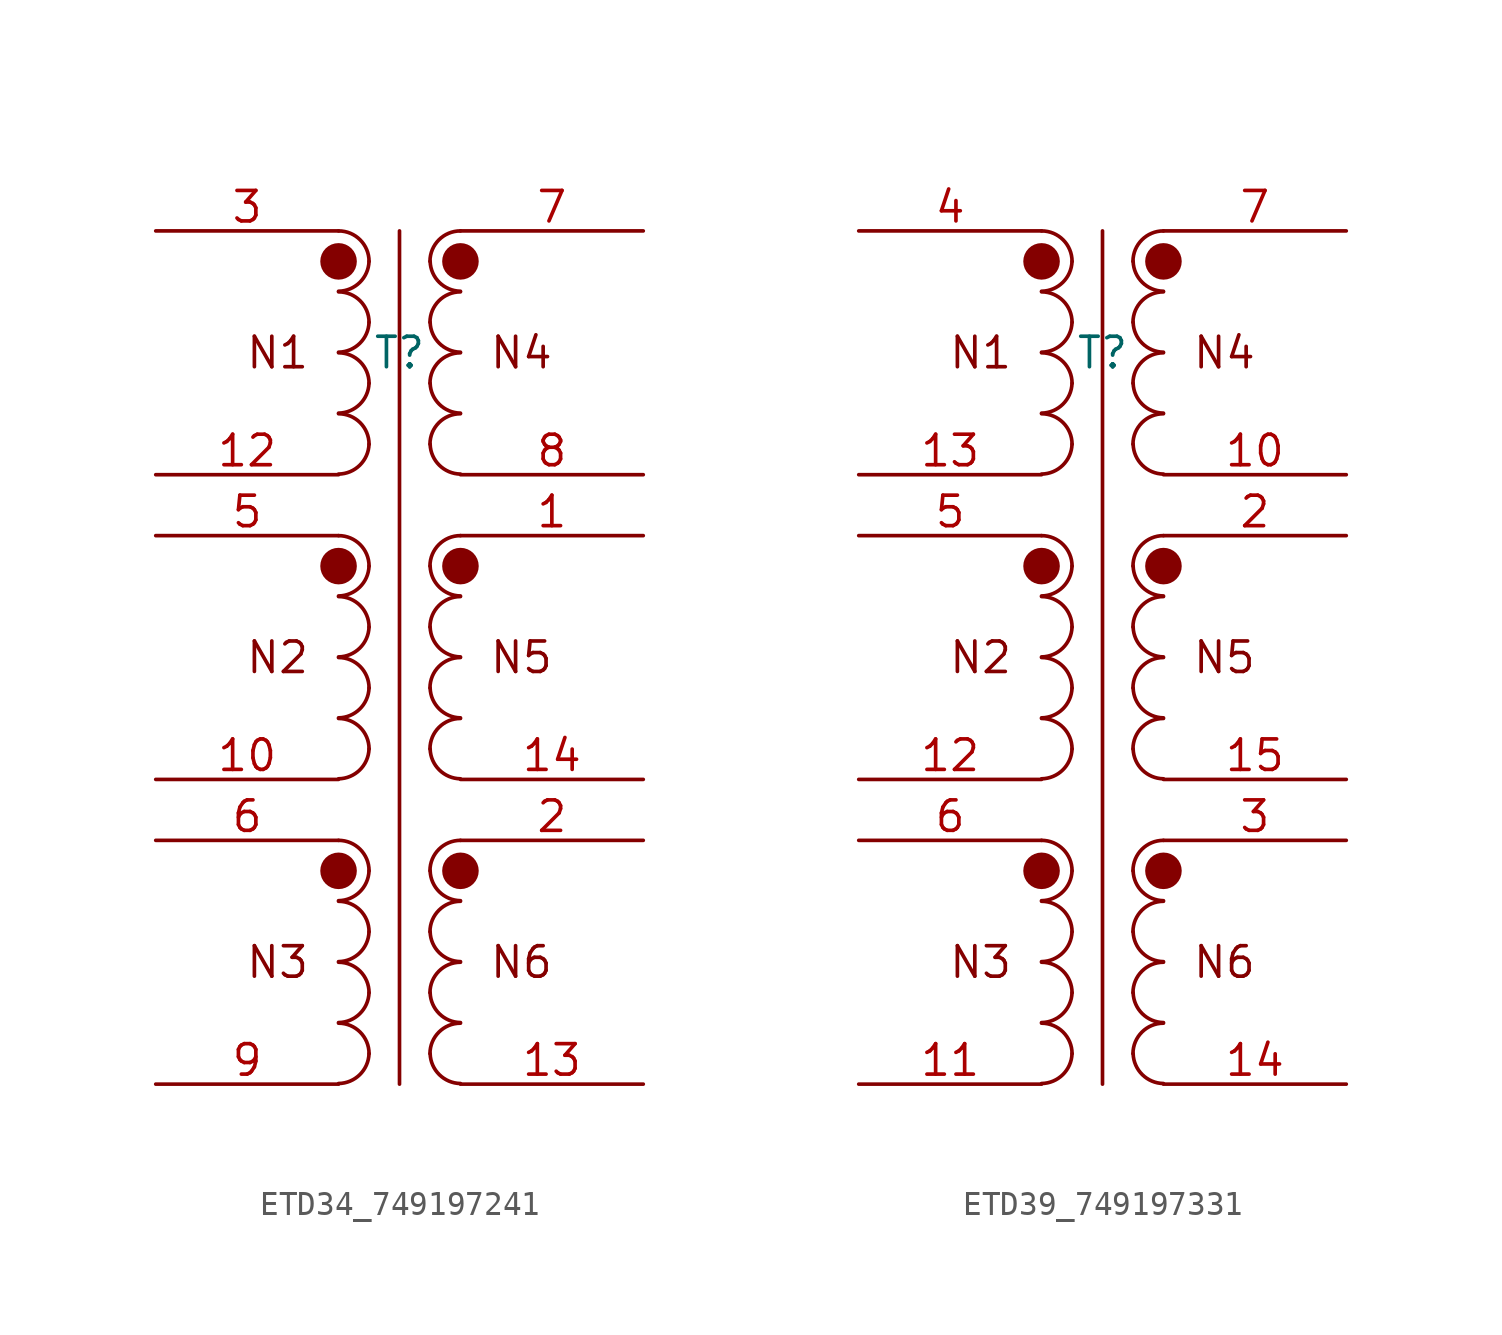
<source format=kicad_sym>
(kicad_symbol_lib
  (version 20220914)
  (generator kicad_symbol_editor)
  (symbol "ETD34_749197241"
    (pin_names hide)
    (property "Reference" "T"
      (at 0 12.7 0)
      (effects (font (size 1.27 1.27))))
    (property "Critical Parameter" ""
      (at 0 -5.08 0)
      (effects (font (size 1.27 1.27)) (justify left)))
    (symbol "ETD34_749197241_0_1"
      (arc (start -2.54 -17.7546) (mid -1.6561 -17.3863) (end -1.27 -16.51) (stroke (width 0) (type default)) (fill (type none)))
      (arc (start -2.54 -15.2146) (mid -1.6561 -14.8463) (end -1.27 -13.97) (stroke (width 0) (type default)) (fill (type none)))
      (arc (start -2.54 -12.6746) (mid -1.6561 -12.3063) (end -1.27 -11.43) (stroke (width 0) (type default)) (fill (type none)))
      (arc (start -2.54 -10.1346) (mid -1.6561 -9.7663) (end -1.27 -8.89) (stroke (width 0) (type default)) (fill (type none)))
      (arc (start -2.54 -5.0546) (mid -1.6561 -4.6863) (end -1.27 -3.81) (stroke (width 0) (type default)) (fill (type none)))
      (arc (start -2.54 -2.5146) (mid -1.6561 -2.1463) (end -1.27 -1.27) (stroke (width 0) (type default)) (fill (type none)))
      (arc (start -2.54 0.0254) (mid -1.6561 0.3937) (end -1.27 1.27) (stroke (width 0) (type default)) (fill (type none)))
      (arc (start -2.54 2.5654) (mid -1.6561 2.9337) (end -1.27 3.81) (stroke (width 0) (type default)) (fill (type none)))
      (arc (start -2.54 7.6454) (mid -1.6561 8.0137) (end -1.27 8.89) (stroke (width 0) (type default)) (fill (type none)))
      (arc (start -2.54 10.1854) (mid -1.6561 10.5537) (end -1.27 11.43) (stroke (width 0) (type default)) (fill (type none)))
      (arc (start -2.54 12.7254) (mid -1.6561 13.0937) (end -1.27 13.97) (stroke (width 0) (type default)) (fill (type none)))
      (arc (start -2.54 15.2654) (mid -1.6561 15.6337) (end -1.27 16.51) (stroke (width 0) (type default)) (fill (type none)))
      (arc (start -1.27 -16.51) (mid -1.642 -15.612) (end -2.54 -15.24) (stroke (width 0) (type default)) (fill (type none)))
      (arc (start -1.27 -13.97) (mid -1.642 -13.072) (end -2.54 -12.7) (stroke (width 0) (type default)) (fill (type none)))
      (arc (start -1.27 -11.43) (mid -1.642 -10.532) (end -2.54 -10.16) (stroke (width 0) (type default)) (fill (type none)))
      (arc (start -1.27 -8.89) (mid -1.642 -7.992) (end -2.54 -7.62) (stroke (width 0) (type default)) (fill (type none)))
      (arc (start -1.27 -3.81) (mid -1.642 -2.912) (end -2.54 -2.54) (stroke (width 0) (type default)) (fill (type none)))
      (arc (start -1.27 -1.27) (mid -1.642 -0.372) (end -2.54 0) (stroke (width 0) (type default)) (fill (type none)))
      (arc (start -1.27 1.27) (mid -1.642 2.168) (end -2.54 2.54) (stroke (width 0) (type default)) (fill (type none)))
      (arc (start -1.27 3.81) (mid -1.642 4.708) (end -2.54 5.08) (stroke (width 0) (type default)) (fill (type none)))
      (arc (start -1.27 8.89) (mid -1.642 9.788) (end -2.54 10.16) (stroke (width 0) (type default)) (fill (type none)))
      (arc (start -1.27 11.43) (mid -1.642 12.328) (end -2.54 12.7) (stroke (width 0) (type default)) (fill (type none)))
      (arc (start -1.27 13.97) (mid -1.642 14.868) (end -2.54 15.24) (stroke (width 0) (type default)) (fill (type none)))
      (arc (start -1.27 16.51) (mid -1.642 17.408) (end -2.54 17.78) (stroke (width 0) (type default)) (fill (type none)))
      (polyline (pts (xy 0 -17.78) (xy 0 17.78)) (stroke (width 0) (type default)) (fill (type none)))
      (arc (start 1.27 -16.51) (mid 1.6561 -17.3863) (end 2.54 -17.7546) (stroke (width 0) (type default)) (fill (type none)))
      (arc (start 1.27 -13.97) (mid 1.6561 -14.8463) (end 2.54 -15.2146) (stroke (width 0) (type default)) (fill (type none)))
      (arc (start 1.27 -11.43) (mid 1.6561 -12.3063) (end 2.54 -12.6746) (stroke (width 0) (type default)) (fill (type none)))
      (arc (start 1.27 -8.89) (mid 1.6561 -9.7663) (end 2.54 -10.1346) (stroke (width 0) (type default)) (fill (type none)))
      (arc (start 1.27 -3.81) (mid 1.6561 -4.6863) (end 2.54 -5.0546) (stroke (width 0) (type default)) (fill (type none)))
      (arc (start 1.27 -1.27) (mid 1.6561 -2.1463) (end 2.54 -2.5146) (stroke (width 0) (type default)) (fill (type none)))
      (arc (start 1.27 1.27) (mid 1.6561 0.3937) (end 2.54 0.0254) (stroke (width 0) (type default)) (fill (type none)))
      (arc (start 1.27 3.81) (mid 1.6561 2.9337) (end 2.54 2.5654) (stroke (width 0) (type default)) (fill (type none)))
      (arc (start 1.27 8.89) (mid 1.6561 8.0137) (end 2.54 7.6454) (stroke (width 0) (type default)) (fill (type none)))
      (arc (start 1.27 11.43) (mid 1.6561 10.5537) (end 2.54 10.1854) (stroke (width 0) (type default)) (fill (type none)))
      (arc (start 1.27 13.97) (mid 1.6561 13.0937) (end 2.54 12.7254) (stroke (width 0) (type default)) (fill (type none)))
      (arc (start 1.27 16.51) (mid 1.6561 15.6337) (end 2.54 15.2654) (stroke (width 0) (type default)) (fill (type none)))
      (arc (start 2.54 -15.24) (mid 1.642 -15.612) (end 1.27 -16.51) (stroke (width 0) (type default)) (fill (type none)))
      (arc (start 2.54 -12.7) (mid 1.642 -13.072) (end 1.27 -13.97) (stroke (width 0) (type default)) (fill (type none)))
      (arc (start 2.54 -10.16) (mid 1.642 -10.532) (end 1.27 -11.43) (stroke (width 0) (type default)) (fill (type none)))
      (arc (start 2.54 -7.62) (mid 1.642 -7.992) (end 1.27 -8.89) (stroke (width 0) (type default)) (fill (type none)))
      (arc (start 2.54 -2.54) (mid 1.642 -2.912) (end 1.27 -3.81) (stroke (width 0) (type default)) (fill (type none)))
      (arc (start 2.54 0) (mid 1.642 -0.372) (end 1.27 -1.27) (stroke (width 0) (type default)) (fill (type none)))
      (arc (start 2.54 2.54) (mid 1.642 2.168) (end 1.27 1.27) (stroke (width 0) (type default)) (fill (type none)))
      (arc (start 2.54 5.08) (mid 1.642 4.708) (end 1.27 3.81) (stroke (width 0) (type default)) (fill (type none)))
      (arc (start 2.54 10.16) (mid 1.642 9.788) (end 1.27 8.89) (stroke (width 0) (type default)) (fill (type none)))
      (arc (start 2.54 12.7) (mid 1.642 12.328) (end 1.27 11.43) (stroke (width 0) (type default)) (fill (type none)))
      (arc (start 2.54 15.24) (mid 1.642 14.868) (end 1.27 13.97) (stroke (width 0) (type default)) (fill (type none)))
      (arc (start 2.54 17.78) (mid 1.642 17.408) (end 1.27 16.51) (stroke (width 0) (type default)) (fill (type none))))
    (symbol "ETD34_749197241_1_1"
      (circle (center -2.54 -8.89) (radius 0.0001) (stroke (width 0.762) (type default)) (fill (type none)))
      (circle (center -2.54 3.81) (radius 0.0001) (stroke (width 0.762) (type default)) (fill (type none)))
      (circle (center -2.54 16.51) (radius 0.0001) (stroke (width 0.762) (type default)) (fill (type none)))
      (circle (center 2.54 -8.89) (radius 0.0001) (stroke (width 0.762) (type default)) (fill (type none)))
      (circle (center 2.54 3.81) (radius 0.0001) (stroke (width 0.762) (type default)) (fill (type none)))
      (circle (center 2.54 16.51) (radius 0.0001) (stroke (width 0.762) (type default)) (fill (type none)))
      (text "N1" (at -5.08 12.7 0) (effects (font (size 1.27 1.27))))
      (text "N2" (at -5.08 0 0) (effects (font (size 1.27 1.27))))
      (text "N3" (at -5.08 -12.7 0) (effects (font (size 1.27 1.27))))
      (text "N4" (at 5.08 12.7 0) (effects (font (size 1.27 1.27))))
      (text "N5" (at 5.08 0 0) (effects (font (size 1.27 1.27))))
      (text "N6" (at 5.08 -12.7 0) (effects (font (size 1.27 1.27))))
      (pin passive line (at -10.16 17.78 0) (length 7.62) (name "3" (effects (font (size 1.27 1.27)))) (number "3" (effects (font (size 1.27 1.27)))))
      (pin passive line (at -10.16 7.62 0) (length 7.62) (name "12" (effects (font (size 1.27 1.27)))) (number "12" (effects (font (size 1.27 1.27)))))
      (pin passive line (at -10.16 5.08 0) (length 7.62) (name "5" (effects (font (size 1.27 1.27)))) (number "5" (effects (font (size 1.27 1.27)))))
      (pin passive line (at -10.16 -5.08 0) (length 7.62) (name "10" (effects (font (size 1.27 1.27)))) (number "10" (effects (font (size 1.27 1.27)))))
      (pin passive line (at -10.16 -7.62 0) (length 7.62) (name "6" (effects (font (size 1.27 1.27)))) (number "6" (effects (font (size 1.27 1.27)))))
      (pin passive line (at -10.16 -17.78 0) (length 7.62) (name "9" (effects (font (size 1.27 1.27)))) (number "9" (effects (font (size 1.27 1.27)))))
      (pin passive line (at 10.16 -17.78 180) (length 7.62) (name "13" (effects (font (size 1.27 1.27)))) (number "13" (effects (font (size 1.27 1.27)))))
      (pin passive line (at 10.16 -7.62 180) (length 7.62) (name "2" (effects (font (size 1.27 1.27)))) (number "2" (effects (font (size 1.27 1.27)))))
      (pin passive line (at 10.16 -5.08 180) (length 7.62) (name "14" (effects (font (size 1.27 1.27)))) (number "14" (effects (font (size 1.27 1.27)))))
      (pin passive line (at 10.16 5.08 180) (length 7.62) (name "1" (effects (font (size 1.27 1.27)))) (number "1" (effects (font (size 1.27 1.27)))))
      (pin passive line (at 10.16 7.62 180) (length 7.62) (name "8" (effects (font (size 1.27 1.27)))) (number "8" (effects (font (size 1.27 1.27)))))
      (pin passive line (at 10.16 17.78 180) (length 7.62) (name "7" (effects (font (size 1.27 1.27)))) (number "7" (effects (font (size 1.27 1.27)))))))
  (symbol "ETD39_749197331"
    (pin_names hide)
    (property "Reference" "T"
      (at 0 12.7 0)
      (effects (font (size 1.27 1.27))))
    (property "Critical Parameter" ""
      (at 0 -5.08 0)
      (effects (font (size 1.27 1.27)) (justify left)))
    (symbol "ETD39_749197331_0_1"
      (arc (start -2.54 -17.7546) (mid -1.6561 -17.3863) (end -1.27 -16.51) (stroke (width 0) (type default)) (fill (type none)))
      (arc (start -2.54 -15.2146) (mid -1.6561 -14.8463) (end -1.27 -13.97) (stroke (width 0) (type default)) (fill (type none)))
      (arc (start -2.54 -12.6746) (mid -1.6561 -12.3063) (end -1.27 -11.43) (stroke (width 0) (type default)) (fill (type none)))
      (arc (start -2.54 -10.1346) (mid -1.6561 -9.7663) (end -1.27 -8.89) (stroke (width 0) (type default)) (fill (type none)))
      (arc (start -2.54 -5.0546) (mid -1.6561 -4.6863) (end -1.27 -3.81) (stroke (width 0) (type default)) (fill (type none)))
      (arc (start -2.54 -2.5146) (mid -1.6561 -2.1463) (end -1.27 -1.27) (stroke (width 0) (type default)) (fill (type none)))
      (arc (start -2.54 0.0254) (mid -1.6561 0.3937) (end -1.27 1.27) (stroke (width 0) (type default)) (fill (type none)))
      (arc (start -2.54 2.5654) (mid -1.6561 2.9337) (end -1.27 3.81) (stroke (width 0) (type default)) (fill (type none)))
      (arc (start -2.54 7.6454) (mid -1.6561 8.0137) (end -1.27 8.89) (stroke (width 0) (type default)) (fill (type none)))
      (arc (start -2.54 10.1854) (mid -1.6561 10.5537) (end -1.27 11.43) (stroke (width 0) (type default)) (fill (type none)))
      (arc (start -2.54 12.7254) (mid -1.6561 13.0937) (end -1.27 13.97) (stroke (width 0) (type default)) (fill (type none)))
      (arc (start -2.54 15.2654) (mid -1.6561 15.6337) (end -1.27 16.51) (stroke (width 0) (type default)) (fill (type none)))
      (arc (start -1.27 -16.51) (mid -1.642 -15.612) (end -2.54 -15.24) (stroke (width 0) (type default)) (fill (type none)))
      (arc (start -1.27 -13.97) (mid -1.642 -13.072) (end -2.54 -12.7) (stroke (width 0) (type default)) (fill (type none)))
      (arc (start -1.27 -11.43) (mid -1.642 -10.532) (end -2.54 -10.16) (stroke (width 0) (type default)) (fill (type none)))
      (arc (start -1.27 -8.89) (mid -1.642 -7.992) (end -2.54 -7.62) (stroke (width 0) (type default)) (fill (type none)))
      (arc (start -1.27 -3.81) (mid -1.642 -2.912) (end -2.54 -2.54) (stroke (width 0) (type default)) (fill (type none)))
      (arc (start -1.27 -1.27) (mid -1.642 -0.372) (end -2.54 0) (stroke (width 0) (type default)) (fill (type none)))
      (arc (start -1.27 1.27) (mid -1.642 2.168) (end -2.54 2.54) (stroke (width 0) (type default)) (fill (type none)))
      (arc (start -1.27 3.81) (mid -1.642 4.708) (end -2.54 5.08) (stroke (width 0) (type default)) (fill (type none)))
      (arc (start -1.27 8.89) (mid -1.642 9.788) (end -2.54 10.16) (stroke (width 0) (type default)) (fill (type none)))
      (arc (start -1.27 11.43) (mid -1.642 12.328) (end -2.54 12.7) (stroke (width 0) (type default)) (fill (type none)))
      (arc (start -1.27 13.97) (mid -1.642 14.868) (end -2.54 15.24) (stroke (width 0) (type default)) (fill (type none)))
      (arc (start -1.27 16.51) (mid -1.642 17.408) (end -2.54 17.78) (stroke (width 0) (type default)) (fill (type none)))
      (polyline (pts (xy 0 -17.78) (xy 0 17.78)) (stroke (width 0) (type default)) (fill (type none)))
      (arc (start 1.27 -16.51) (mid 1.6561 -17.3863) (end 2.54 -17.7546) (stroke (width 0) (type default)) (fill (type none)))
      (arc (start 1.27 -13.97) (mid 1.6561 -14.8463) (end 2.54 -15.2146) (stroke (width 0) (type default)) (fill (type none)))
      (arc (start 1.27 -11.43) (mid 1.6561 -12.3063) (end 2.54 -12.6746) (stroke (width 0) (type default)) (fill (type none)))
      (arc (start 1.27 -8.89) (mid 1.6561 -9.7663) (end 2.54 -10.1346) (stroke (width 0) (type default)) (fill (type none)))
      (arc (start 1.27 -3.81) (mid 1.6561 -4.6863) (end 2.54 -5.0546) (stroke (width 0) (type default)) (fill (type none)))
      (arc (start 1.27 -1.27) (mid 1.6561 -2.1463) (end 2.54 -2.5146) (stroke (width 0) (type default)) (fill (type none)))
      (arc (start 1.27 1.27) (mid 1.6561 0.3937) (end 2.54 0.0254) (stroke (width 0) (type default)) (fill (type none)))
      (arc (start 1.27 3.81) (mid 1.6561 2.9337) (end 2.54 2.5654) (stroke (width 0) (type default)) (fill (type none)))
      (arc (start 1.27 8.89) (mid 1.6561 8.0137) (end 2.54 7.6454) (stroke (width 0) (type default)) (fill (type none)))
      (arc (start 1.27 11.43) (mid 1.6561 10.5537) (end 2.54 10.1854) (stroke (width 0) (type default)) (fill (type none)))
      (arc (start 1.27 13.97) (mid 1.6561 13.0937) (end 2.54 12.7254) (stroke (width 0) (type default)) (fill (type none)))
      (arc (start 1.27 16.51) (mid 1.6561 15.6337) (end 2.54 15.2654) (stroke (width 0) (type default)) (fill (type none)))
      (arc (start 2.54 -15.24) (mid 1.642 -15.612) (end 1.27 -16.51) (stroke (width 0) (type default)) (fill (type none)))
      (arc (start 2.54 -12.7) (mid 1.642 -13.072) (end 1.27 -13.97) (stroke (width 0) (type default)) (fill (type none)))
      (arc (start 2.54 -10.16) (mid 1.642 -10.532) (end 1.27 -11.43) (stroke (width 0) (type default)) (fill (type none)))
      (arc (start 2.54 -7.62) (mid 1.642 -7.992) (end 1.27 -8.89) (stroke (width 0) (type default)) (fill (type none)))
      (arc (start 2.54 -2.54) (mid 1.642 -2.912) (end 1.27 -3.81) (stroke (width 0) (type default)) (fill (type none)))
      (arc (start 2.54 0) (mid 1.642 -0.372) (end 1.27 -1.27) (stroke (width 0) (type default)) (fill (type none)))
      (arc (start 2.54 2.54) (mid 1.642 2.168) (end 1.27 1.27) (stroke (width 0) (type default)) (fill (type none)))
      (arc (start 2.54 5.08) (mid 1.642 4.708) (end 1.27 3.81) (stroke (width 0) (type default)) (fill (type none)))
      (arc (start 2.54 10.16) (mid 1.642 9.788) (end 1.27 8.89) (stroke (width 0) (type default)) (fill (type none)))
      (arc (start 2.54 12.7) (mid 1.642 12.328) (end 1.27 11.43) (stroke (width 0) (type default)) (fill (type none)))
      (arc (start 2.54 15.24) (mid 1.642 14.868) (end 1.27 13.97) (stroke (width 0) (type default)) (fill (type none)))
      (arc (start 2.54 17.78) (mid 1.642 17.408) (end 1.27 16.51) (stroke (width 0) (type default)) (fill (type none))))
    (symbol "ETD39_749197331_1_1"
      (circle (center -2.54 -8.89) (radius 0.0001) (stroke (width 0.762) (type default)) (fill (type none)))
      (circle (center -2.54 3.81) (radius 0.0001) (stroke (width 0.762) (type default)) (fill (type none)))
      (circle (center -2.54 16.51) (radius 0.0001) (stroke (width 0.762) (type default)) (fill (type none)))
      (circle (center 2.54 -8.89) (radius 0.0001) (stroke (width 0.762) (type default)) (fill (type none)))
      (circle (center 2.54 3.81) (radius 0.0001) (stroke (width 0.762) (type default)) (fill (type none)))
      (circle (center 2.54 16.51) (radius 0.0001) (stroke (width 0.762) (type default)) (fill (type none)))
      (text "N1" (at -5.08 12.7 0) (effects (font (size 1.27 1.27))))
      (text "N2" (at -5.08 0 0) (effects (font (size 1.27 1.27))))
      (text "N3" (at -5.08 -12.7 0) (effects (font (size 1.27 1.27))))
      (text "N4" (at 5.08 12.7 0) (effects (font (size 1.27 1.27))))
      (text "N5" (at 5.08 0 0) (effects (font (size 1.27 1.27))))
      (text "N6" (at 5.08 -12.7 0) (effects (font (size 1.27 1.27))))
      (pin passive line (at -10.16 17.78 0) (length 7.62) (name "4" (effects (font (size 1.27 1.27)))) (number "4" (effects (font (size 1.27 1.27)))))
      (pin passive line (at -10.16 7.62 0) (length 7.62) (name "13" (effects (font (size 1.27 1.27)))) (number "13" (effects (font (size 1.27 1.27)))))
      (pin passive line (at -10.16 5.08 0) (length 7.62) (name "5" (effects (font (size 1.27 1.27)))) (number "5" (effects (font (size 1.27 1.27)))))
      (pin passive line (at -10.16 -5.08 0) (length 7.62) (name "12" (effects (font (size 1.27 1.27)))) (number "12" (effects (font (size 1.27 1.27)))))
      (pin passive line (at -10.16 -7.62 0) (length 7.62) (name "6" (effects (font (size 1.27 1.27)))) (number "6" (effects (font (size 1.27 1.27)))))
      (pin passive line (at -10.16 -17.78 0) (length 7.62) (name "11" (effects (font (size 1.27 1.27)))) (number "11" (effects (font (size 1.27 1.27)))))
      (pin passive line (at 10.16 -17.78 180) (length 7.62) (name "14" (effects (font (size 1.27 1.27)))) (number "14" (effects (font (size 1.27 1.27)))))
      (pin passive line (at 10.16 -7.62 180) (length 7.62) (name "3" (effects (font (size 1.27 1.27)))) (number "3" (effects (font (size 1.27 1.27)))))
      (pin passive line (at 10.16 -5.08 180) (length 7.62) (name "15" (effects (font (size 1.27 1.27)))) (number "15" (effects (font (size 1.27 1.27)))))
      (pin passive line (at 10.16 5.08 180) (length 7.62) (name "2" (effects (font (size 1.27 1.27)))) (number "2" (effects (font (size 1.27 1.27)))))
      (pin passive line (at 10.16 7.62 180) (length 7.62) (name "10" (effects (font (size 1.27 1.27)))) (number "10" (effects (font (size 1.27 1.27)))))
      (pin passive line (at 10.16 17.78 180) (length 7.62) (name "7" (effects (font (size 1.27 1.27)))) (number "7" (effects (font (size 1.27 1.27))))))))
</source>
